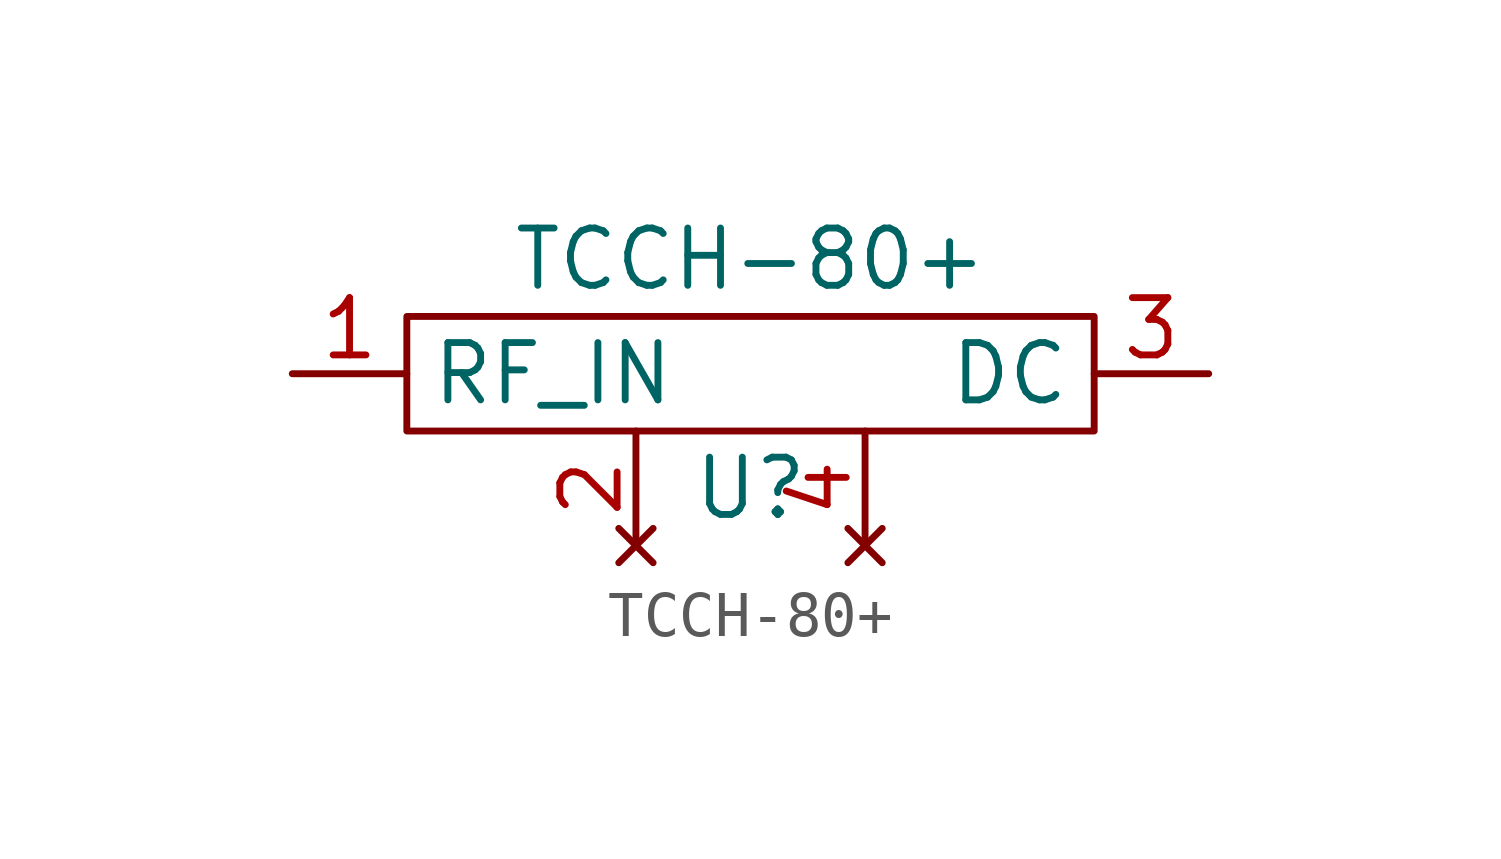
<source format=kicad_sym>
(kicad_symbol_lib
  (version 20211014)
  (generator kicad_symbol_editor)
  (symbol "TCCH-80+"
    (property "Reference" "U"
      (at 0 -2.54 0)
      (effects (font (size 1.27 1.27))))
    (property "Value" "TCCH-80+"
      (at 0 2.54 0)
      (effects (font (size 1.27 1.27))))
    (symbol "TCCH-80+_0_1"
      (rectangle (start -7.62 1.27) (end 7.62 -1.27) (stroke (width 0) (type default) (color 0 0 0 0)) (fill (type none))))
    (symbol "TCCH-80+_1_1"
      (pin input line (at -10.16 0 0) (length 2.54) (name "RF_IN" (effects (font (size 1.27 1.27)))) (number "1" (effects (font (size 1.27 1.27)))))
      (pin no_connect line (at -2.54 -3.81 90) (length 2.54) (name "" (effects (font (size 1.27 1.27)))) (number "2" (effects (font (size 1.27 1.27)))))
      (pin input line (at 10.16 0 180) (length 2.54) (name "DC" (effects (font (size 1.27 1.27)))) (number "3" (effects (font (size 1.27 1.27)))))
      (pin no_connect line (at 2.54 -3.81 90) (length 2.54) (name "" (effects (font (size 1.27 1.27)))) (number "4" (effects (font (size 1.27 1.27))))))))
</source>
